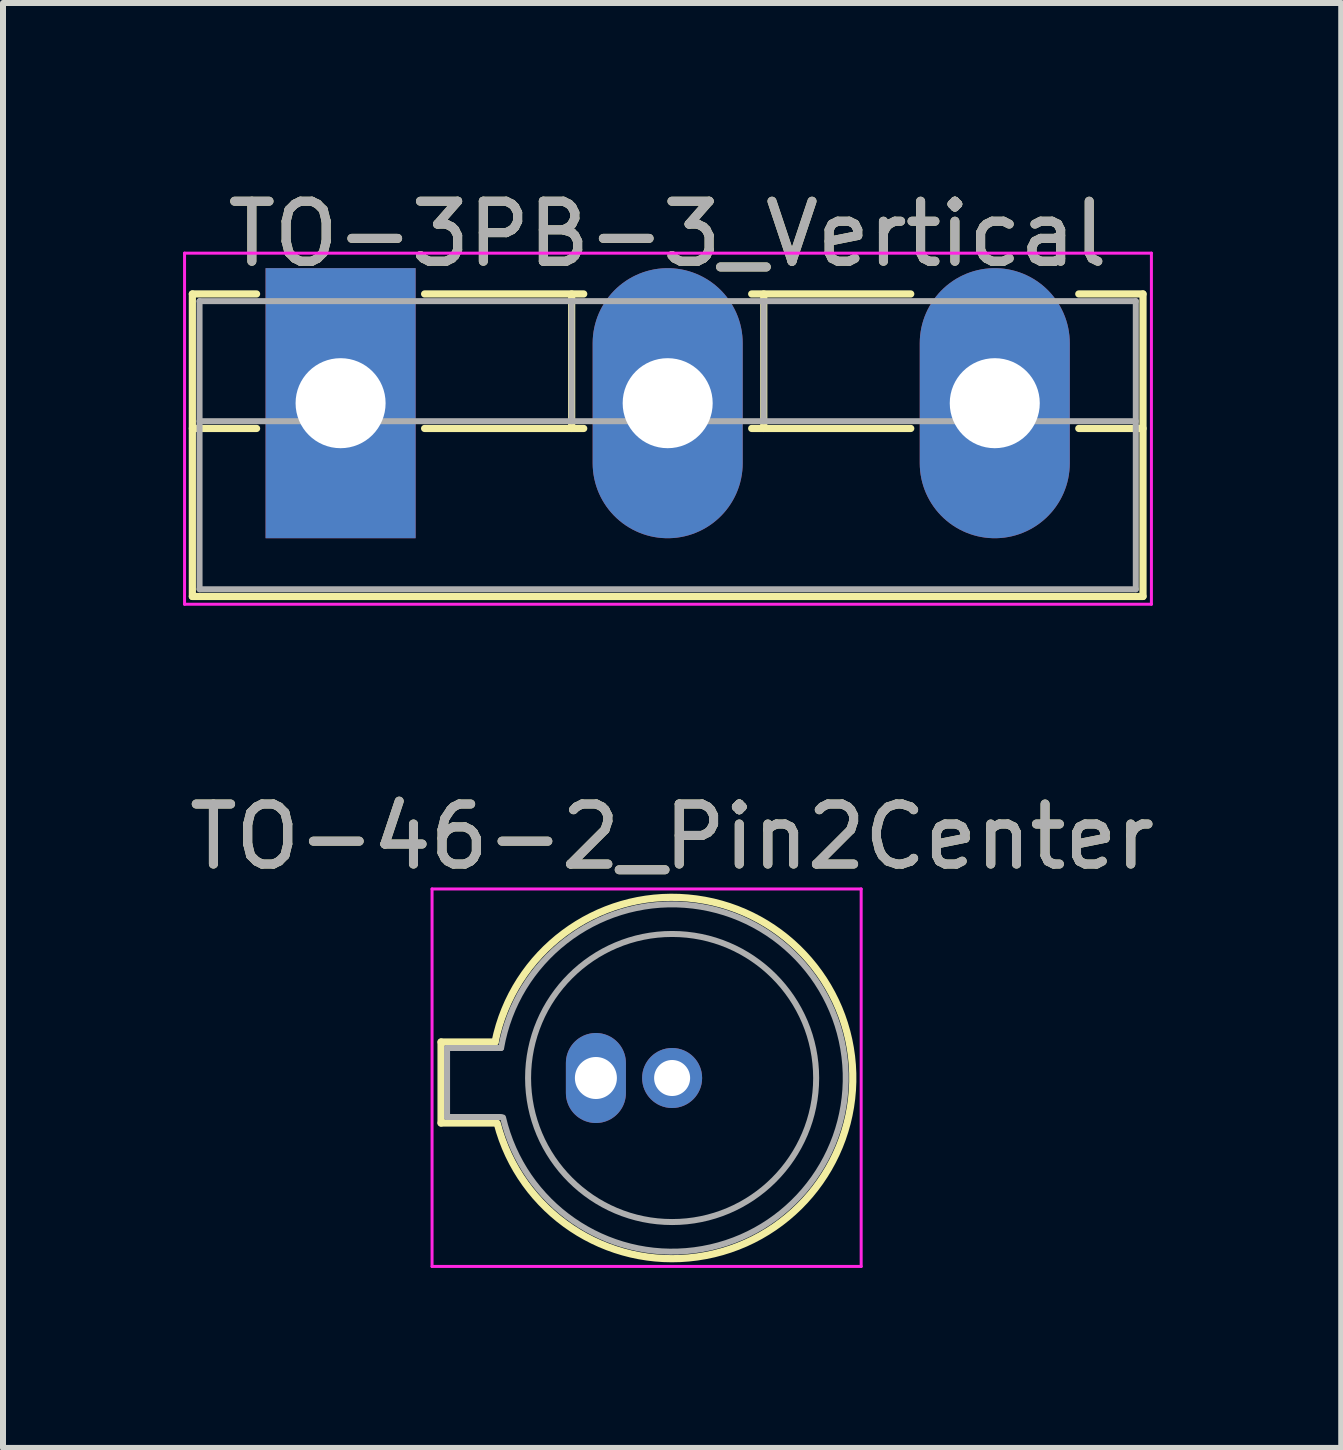
<source format=kicad_pcb>
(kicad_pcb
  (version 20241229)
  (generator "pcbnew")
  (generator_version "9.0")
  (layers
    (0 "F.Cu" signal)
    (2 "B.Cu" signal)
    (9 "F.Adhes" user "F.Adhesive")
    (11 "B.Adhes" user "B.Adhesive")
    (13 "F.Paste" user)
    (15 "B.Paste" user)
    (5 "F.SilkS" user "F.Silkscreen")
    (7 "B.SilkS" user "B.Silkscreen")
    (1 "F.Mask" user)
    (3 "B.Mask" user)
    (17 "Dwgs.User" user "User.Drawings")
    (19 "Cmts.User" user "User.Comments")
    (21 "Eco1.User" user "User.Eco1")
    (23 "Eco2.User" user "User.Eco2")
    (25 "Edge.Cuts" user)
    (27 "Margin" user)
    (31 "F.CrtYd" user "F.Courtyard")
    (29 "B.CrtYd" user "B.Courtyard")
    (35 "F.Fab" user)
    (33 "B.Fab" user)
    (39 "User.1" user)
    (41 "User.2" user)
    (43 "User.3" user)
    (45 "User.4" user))
  (footprint "TO-3PB-3_Vertical"
    (layer "F.Cu")
    (at 2.625 3.668)
    (property "Reference" "TO-3PB-3_Vertical" (at 5.45 -2.82 0) (layer "F.SilkS") (effects (font (size 1 1) (thickness 0.15))))
    (attr through_hole)
    (fp_line (start -2.47 -1.82) (end -2.47 3.22) (stroke (width 0.12) (type solid)) (layer "F.SilkS"))
    (fp_line (start -2.47 -1.82) (end -1.4 -1.82) (stroke (width 0.12) (type solid)) (layer "F.SilkS"))
    (fp_line (start -2.47 0.421) (end -1.4 0.421) (stroke (width 0.12) (type solid)) (layer "F.SilkS"))
    (fp_line (start -2.47 3.22) (end 13.37 3.22) (stroke (width 0.12) (type solid)) (layer "F.SilkS"))
    (fp_line (start 1.4 -1.82) (end 4.051 -1.82) (stroke (width 0.12) (type solid)) (layer "F.SilkS"))
    (fp_line (start 1.4 0.421) (end 4.051 0.421) (stroke (width 0.12) (type solid)) (layer "F.SilkS"))
    (fp_line (start 3.85 -1.82) (end 3.85 0.421) (stroke (width 0.12) (type solid)) (layer "F.SilkS"))
    (fp_line (start 6.85 -1.82) (end 9.5 -1.82) (stroke (width 0.12) (type solid)) (layer "F.SilkS"))
    (fp_line (start 6.85 0.421) (end 9.5 0.421) (stroke (width 0.12) (type solid)) (layer "F.SilkS"))
    (fp_line (start 7.051 -1.82) (end 7.051 0.421) (stroke (width 0.12) (type solid)) (layer "F.SilkS"))
    (fp_line (start 12.3 -1.82) (end 13.37 -1.82) (stroke (width 0.12) (type solid)) (layer "F.SilkS"))
    (fp_line (start 12.3 0.421) (end 13.37 0.421) (stroke (width 0.12) (type solid)) (layer "F.SilkS"))
    (fp_line (start 13.37 -1.82) (end 13.37 3.22) (stroke (width 0.12) (type solid)) (layer "F.SilkS"))
    (fp_line (start -2.6 -2.5) (end -2.6 3.35) (stroke (width 0.05) (type solid)) (layer "F.CrtYd"))
    (fp_line (start -2.6 3.35) (end 13.51 3.35) (stroke (width 0.05) (type solid)) (layer "F.CrtYd"))
    (fp_line (start 13.51 -2.5) (end -2.6 -2.5) (stroke (width 0.05) (type solid)) (layer "F.CrtYd"))
    (fp_line (start 13.51 3.35) (end 13.51 -2.5) (stroke (width 0.05) (type solid)) (layer "F.CrtYd"))
    (fp_line (start -2.35 -1.7) (end -2.35 3.1) (stroke (width 0.1) (type solid)) (layer "F.Fab"))
    (fp_line (start -2.35 0.3) (end 13.25 0.3) (stroke (width 0.1) (type solid)) (layer "F.Fab"))
    (fp_line (start -2.35 3.1) (end 13.25 3.1) (stroke (width 0.1) (type solid)) (layer "F.Fab"))
    (fp_line (start 3.85 -1.7) (end 3.85 0.3) (stroke (width 0.1) (type solid)) (layer "F.Fab"))
    (fp_line (start 7.05 -1.7) (end 7.05 0.3) (stroke (width 0.1) (type solid)) (layer "F.Fab"))
    (fp_line (start 13.25 -1.7) (end -2.35 -1.7) (stroke (width 0.1) (type solid)) (layer "F.Fab"))
    (fp_line (start 13.25 3.1) (end 13.25 -1.7) (stroke (width 0.1) (type solid)) (layer "F.Fab"))
    (fp_text user "${REFERENCE}" (at 5.45 -2.82 0) (layer "F.Fab") (effects (font (size 1 1) (thickness 0.15))))
    (pad "1" thru_hole rect (at 0 0) (size 2.5 4.5) (drill 1.5) (layers "*.Cu" "*.Mask"))
    (pad "2" thru_hole oval (at 5.45 0) (size 2.5 4.5) (drill 1.5) (layers "*.Cu" "*.Mask"))
    (pad "3" thru_hole oval (at 10.9 0) (size 2.5 4.5) (drill 1.5) (layers "*.Cu" "*.Mask")))
  (footprint "TO-46-2_Pin2Center"
    (layer "F.Cu")
    (at 6.879 14.912)
    (property "Reference" "TO-46-2_Pin2Center" (at 1.27 -4.02 0) (layer "F.SilkS") (effects (font (size 1 1) (thickness 0.15))))
    (attr through_hole)
    (fp_line (start -2.58 -0.6) (end -2.58 0.75) (stroke (width 0.12) (type solid)) (layer "F.SilkS"))
    (fp_line (start -2.58 0.75) (end -1.68 0.75) (stroke (width 0.12) (type solid)) (layer "F.SilkS"))
    (fp_line (start -1.68 -0.6) (end -2.58 -0.6) (stroke (width 0.12) (type solid)) (layer "F.SilkS"))
    (fp_arc (start -1.68 -0.6) (mid 4.279362 -0.078983) (end -1.644465 0.753918) (stroke (width 0.12) (type solid)) (layer "F.SilkS"))
    (fp_line (start -2.73 -3.15) (end -2.73 3.14) (stroke (width 0.05) (type solid)) (layer "F.CrtYd"))
    (fp_line (start -2.73 -3.15) (end 4.42 -3.15) (stroke (width 0.05) (type solid)) (layer "F.CrtYd"))
    (fp_line (start 4.42 3.14) (end -2.73 3.14) (stroke (width 0.05) (type solid)) (layer "F.CrtYd"))
    (fp_line (start 4.42 3.14) (end 4.42 -3.15) (stroke (width 0.05) (type solid)) (layer "F.CrtYd"))
    (fp_line (start -2.48 -0.5) (end -2.48 0.65) (stroke (width 0.1) (type solid)) (layer "F.Fab"))
    (fp_line (start -2.48 0.65) (end -1.58 0.65) (stroke (width 0.1) (type solid)) (layer "F.Fab"))
    (fp_line (start -1.58 -0.5) (end -2.48 -0.5) (stroke (width 0.1) (type solid)) (layer "F.Fab"))
    (fp_arc (start -1.58 -0.5) (mid 4.1624 -0.08076) (end -1.54766 0.65825) (stroke (width 0.1) (type solid)) (layer "F.Fab"))
    (fp_circle (center 1.27 0) (end 3.67 0) (stroke (width 0.1) (type solid)) (fill no) (layer "F.Fab"))
    (fp_text user "${REFERENCE}" (at 1.27 -4.02 0) (layer "F.Fab") (effects (font (size 1 1) (thickness 0.15))))
    (pad "1" thru_hole oval (at 0 0 90) (size 1.5 1) (drill 0.7) (layers "*.Cu" "*.Mask"))
    (pad "2" thru_hole oval (at 1.27 0) (size 1 1) (drill 0.6) (layers "*.Cu" "*.Mask")))
  (gr_rect
    (start -3 -3)
    (end 19.298 21.076)
    (stroke (width 0.1) (type default))
    (fill no)
    (layer "Edge.Cuts")))
</source>
